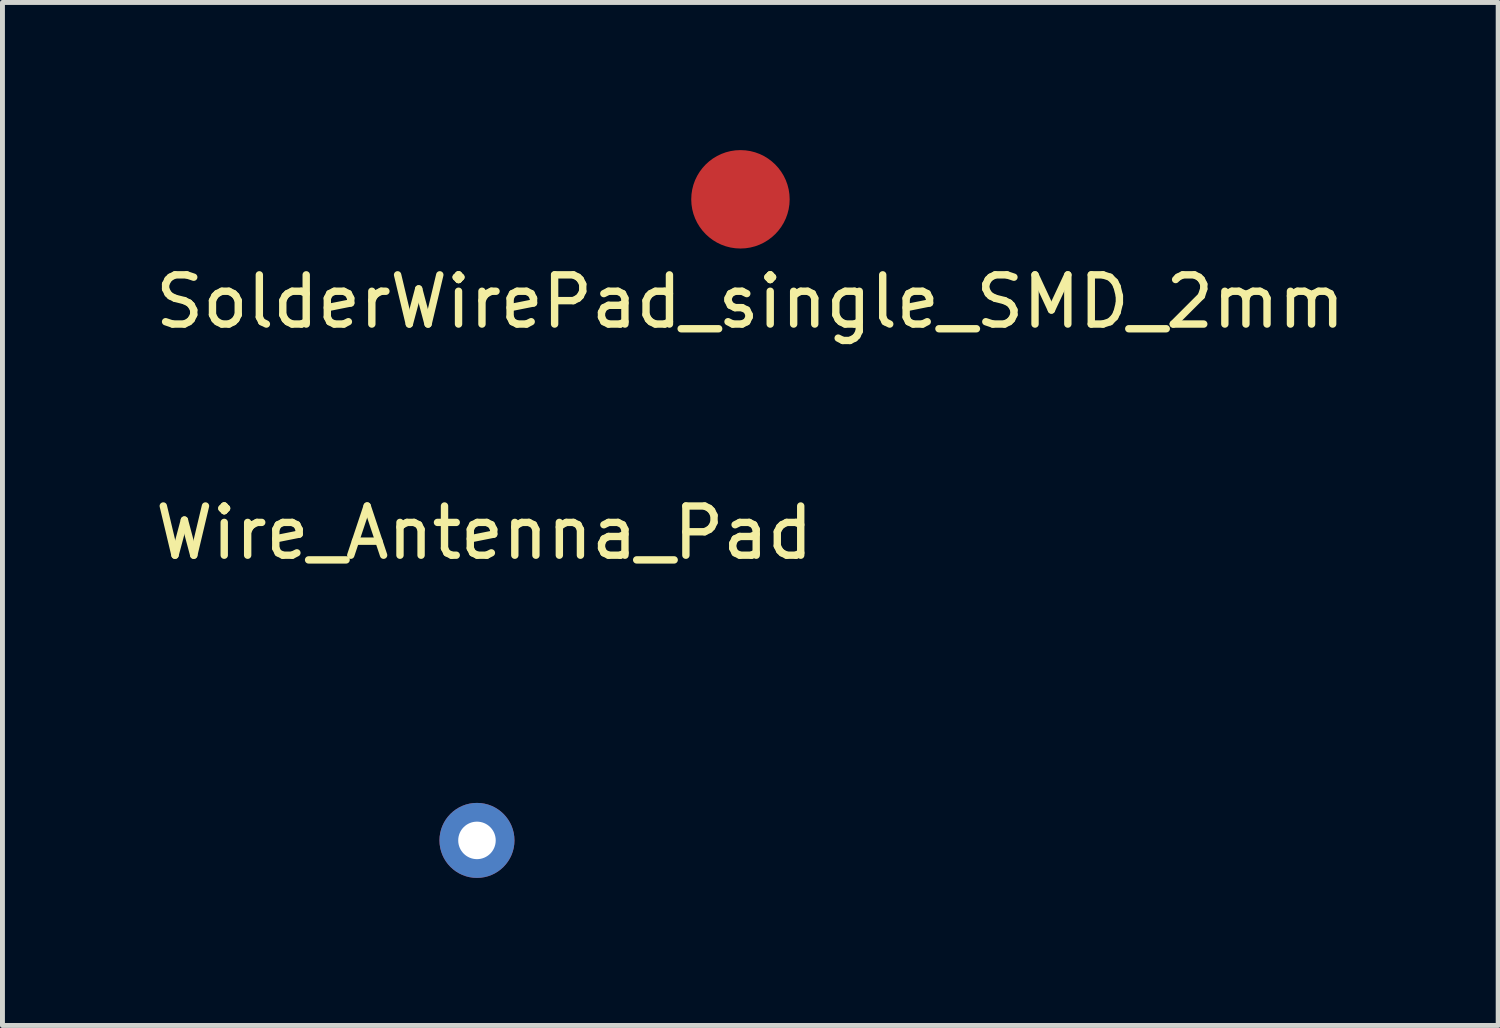
<source format=kicad_pcb>
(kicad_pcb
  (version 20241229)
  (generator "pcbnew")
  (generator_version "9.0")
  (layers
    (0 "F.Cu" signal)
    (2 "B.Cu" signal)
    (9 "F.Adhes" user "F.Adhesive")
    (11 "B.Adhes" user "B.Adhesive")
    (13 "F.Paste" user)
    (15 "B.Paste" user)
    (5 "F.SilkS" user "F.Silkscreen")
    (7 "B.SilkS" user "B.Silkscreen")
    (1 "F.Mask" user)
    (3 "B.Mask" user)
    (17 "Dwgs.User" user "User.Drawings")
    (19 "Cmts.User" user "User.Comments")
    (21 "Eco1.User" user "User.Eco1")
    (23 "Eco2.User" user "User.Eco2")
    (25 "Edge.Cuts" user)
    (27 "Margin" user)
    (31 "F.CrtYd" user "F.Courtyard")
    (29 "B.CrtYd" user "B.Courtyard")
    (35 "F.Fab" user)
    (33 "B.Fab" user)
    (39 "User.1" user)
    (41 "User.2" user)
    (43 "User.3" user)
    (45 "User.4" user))
  (footprint "Wire_Antenna_Pad"
    (layer "F.Cu")
    (at 6.642 14.027)
    (property "Reference" "Wire_Antenna_Pad" (at 0.15 -6.25 0) (layer "F.SilkS") (effects (font (size 1 1) (thickness 0.15))))
    (attr through_hole)
    (pad "1" thru_hole circle (at 0 0) (size 1.524 1.524) (drill 0.762) (layers "*.Cu" "*.Mask")))
  (footprint "SolderWirePad_single_SMD_2mm"
    (layer "F.Cu")
    (at 11.996 1)
    (property "Reference" "SolderWirePad_single_SMD_2mm" (at 0.2 2.08 0) (layer "F.SilkS") (effects (font (size 1 1) (thickness 0.15))))
    (attr through_hole)
    (pad "1" smd circle (at 0 0) (size 2 2) (layers "F.Cu" "F.Mask" "F.Paste")))
  (gr_rect
    (start -3 -3)
    (end 27.393 17.788)
    (stroke (width 0.1) (type default))
    (fill no)
    (layer "Edge.Cuts")))
</source>
